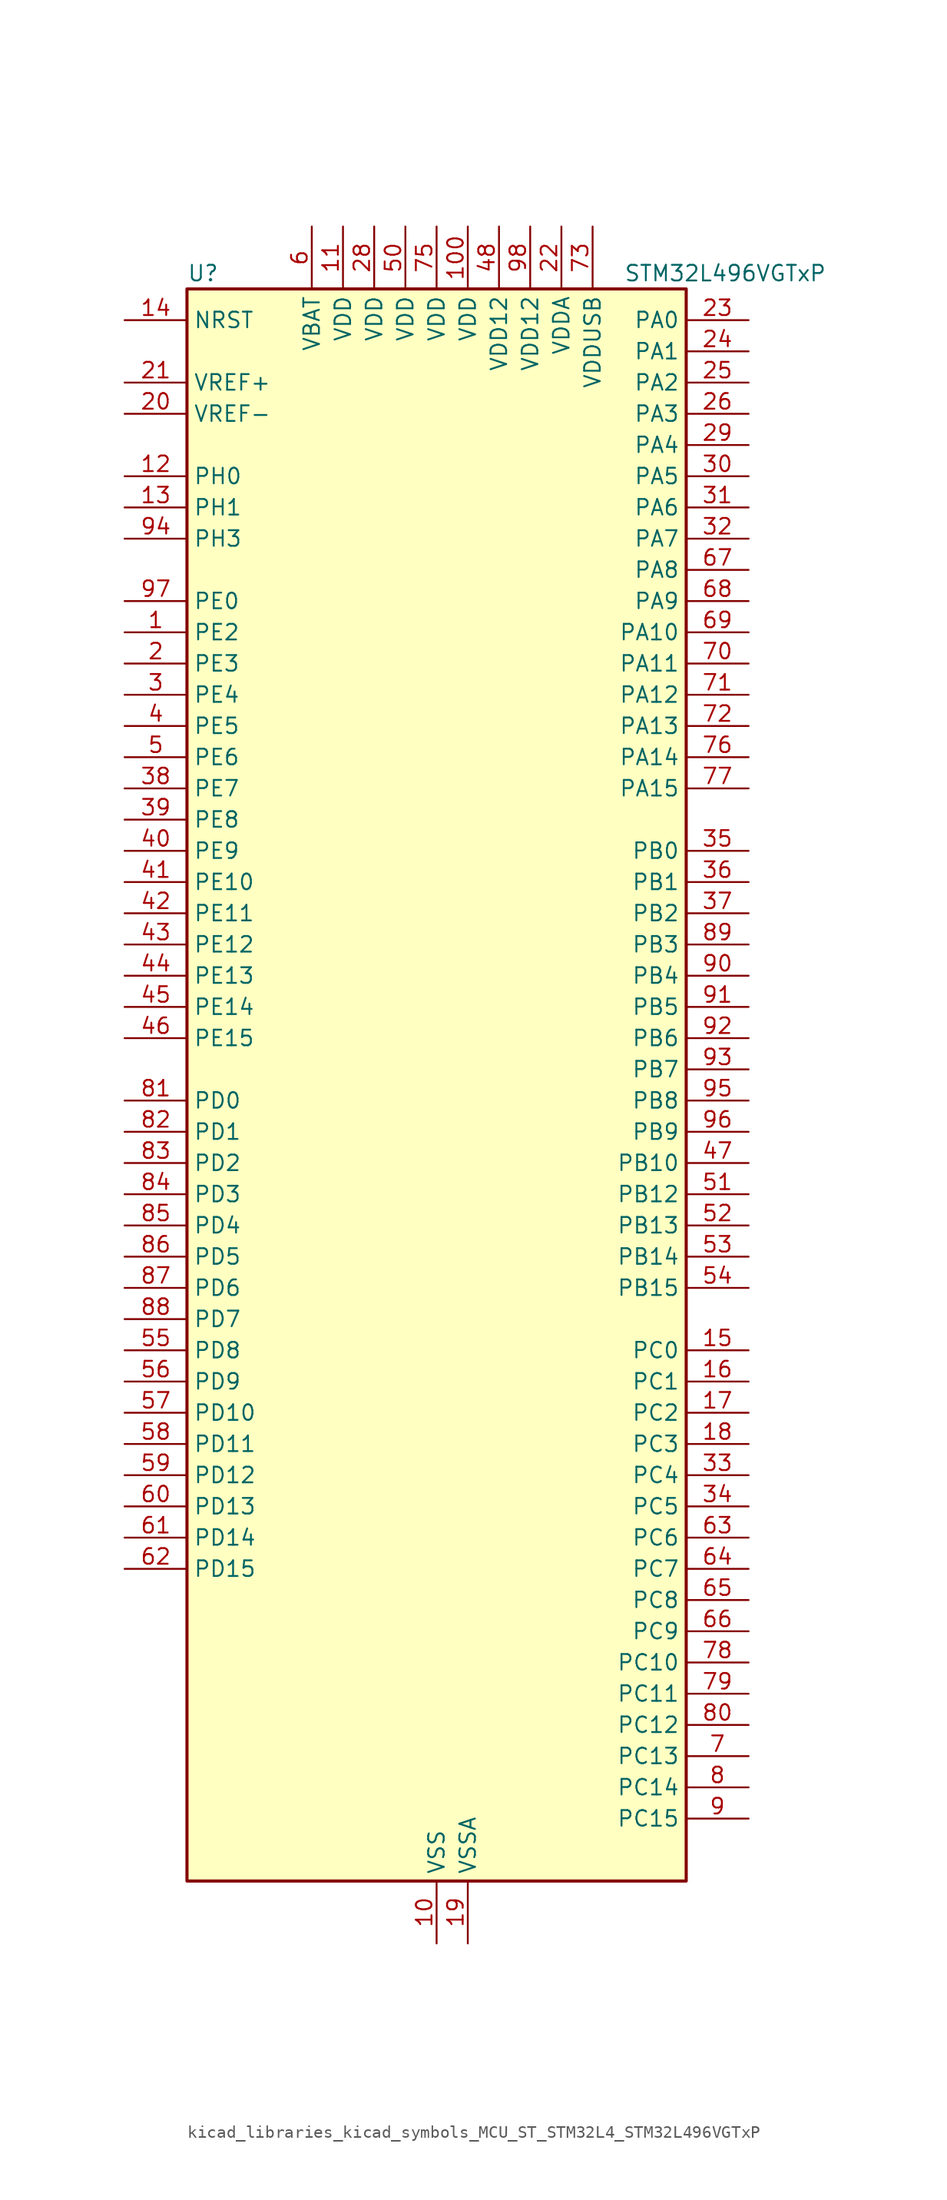
<source format=kicad_sym>
(kicad_symbol_lib
  (version 20220914)
  (generator kicad_symbol_editor)
  (symbol "kicad_libraries_kicad_symbols_MCU_ST_STM32L4_STM32L496VGTxP"
    (property "Reference" "U"
      (at -20.32 67.31 0)
      (effects (font (size 1.27 1.27)) (justify left)))
    (property "Value" "STM32L496VGTxP"
      (at 15.24 67.31 0)
      (effects (font (size 1.27 1.27)) (justify left)))
    (property "ki_locked" ""
      (at 0 0 0)
      (effects (font (size 1.27 1.27))))
    (symbol "kicad_libraries_kicad_symbols_MCU_ST_STM32L4_STM32L496VGTxP_0_1"
      (rectangle (start -20.32 -63.5) (end 20.32 66.04) (stroke (width 0.254) (type default)) (fill (type background))))
    (symbol "kicad_libraries_kicad_symbols_MCU_ST_STM32L4_STM32L496VGTxP_1_1"
      (pin bidirectional line (at -25.4 38.1 0) (length 5.08) (name "PE2" (effects (font (size 1.27 1.27)))) (number "1" (effects (font (size 1.27 1.27)))) (alternate "FMC_A23" bidirectional line) (alternate "LCD_SEG38" bidirectional line) (alternate "SAI1_MCLK_A" bidirectional line) (alternate "SYS_TRACECLK" bidirectional line) (alternate "TIM3_ETR" bidirectional line) (alternate "TSC_G7_IO1" bidirectional line))
      (pin power_in line (at 0 -68.58 90) (length 5.08) (name "VSS" (effects (font (size 1.27 1.27)))) (number "10" (effects (font (size 1.27 1.27)))))
      (pin power_in line (at 2.54 71.12 270) (length 5.08) (name "VDD" (effects (font (size 1.27 1.27)))) (number "100" (effects (font (size 1.27 1.27)))))
      (pin power_in line (at -7.62 71.12 270) (length 5.08) (name "VDD" (effects (font (size 1.27 1.27)))) (number "11" (effects (font (size 1.27 1.27)))))
      (pin bidirectional line (at -25.4 50.8 0) (length 5.08) (name "PH0" (effects (font (size 1.27 1.27)))) (number "12" (effects (font (size 1.27 1.27)))) (alternate "RCC_OSC_IN" bidirectional line))
      (pin bidirectional line (at -25.4 48.26 0) (length 5.08) (name "PH1" (effects (font (size 1.27 1.27)))) (number "13" (effects (font (size 1.27 1.27)))) (alternate "RCC_OSC_OUT" bidirectional line))
      (pin input line (at -25.4 63.5 0) (length 5.08) (name "NRST" (effects (font (size 1.27 1.27)))) (number "14" (effects (font (size 1.27 1.27)))))
      (pin bidirectional line (at 25.4 -20.32 180) (length 5.08) (name "PC0" (effects (font (size 1.27 1.27)))) (number "15" (effects (font (size 1.27 1.27)))) (alternate "ADC1_IN1" bidirectional line) (alternate "ADC2_IN1" bidirectional line) (alternate "ADC3_IN1" bidirectional line) (alternate "DFSDM1_DATIN4" bidirectional line) (alternate "I2C3_SCL" bidirectional line) (alternate "I2C4_SCL" bidirectional line) (alternate "LCD_SEG18" bidirectional line) (alternate "LPTIM1_IN1" bidirectional line) (alternate "LPTIM2_IN1" bidirectional line) (alternate "LPUART1_RX" bidirectional line))
      (pin bidirectional line (at 25.4 -22.86 180) (length 5.08) (name "PC1" (effects (font (size 1.27 1.27)))) (number "16" (effects (font (size 1.27 1.27)))) (alternate "ADC1_IN2" bidirectional line) (alternate "ADC2_IN2" bidirectional line) (alternate "ADC3_IN2" bidirectional line) (alternate "DFSDM1_CKIN4" bidirectional line) (alternate "I2C3_SDA" bidirectional line) (alternate "I2C4_SDA" bidirectional line) (alternate "LCD_SEG19" bidirectional line) (alternate "LPTIM1_OUT" bidirectional line) (alternate "LPUART1_TX" bidirectional line) (alternate "QUADSPI_BK2_IO0" bidirectional line) (alternate "SAI1_SD_A" bidirectional line) (alternate "SPI2_MOSI" bidirectional line) (alternate "SYS_TRACED0" bidirectional line))
      (pin bidirectional line (at 25.4 -25.4 180) (length 5.08) (name "PC2" (effects (font (size 1.27 1.27)))) (number "17" (effects (font (size 1.27 1.27)))) (alternate "ADC1_IN3" bidirectional line) (alternate "ADC2_IN3" bidirectional line) (alternate "ADC3_IN3" bidirectional line) (alternate "DFSDM1_CKOUT" bidirectional line) (alternate "LCD_SEG20" bidirectional line) (alternate "LPTIM1_IN2" bidirectional line) (alternate "QUADSPI_BK2_IO1" bidirectional line) (alternate "SPI2_MISO" bidirectional line))
      (pin bidirectional line (at 25.4 -27.94 180) (length 5.08) (name "PC3" (effects (font (size 1.27 1.27)))) (number "18" (effects (font (size 1.27 1.27)))) (alternate "ADC1_IN4" bidirectional line) (alternate "ADC2_IN4" bidirectional line) (alternate "ADC3_IN4" bidirectional line) (alternate "LCD_VLCD" bidirectional line) (alternate "LPTIM1_ETR" bidirectional line) (alternate "LPTIM2_ETR" bidirectional line) (alternate "QUADSPI_BK2_IO2" bidirectional line) (alternate "SAI1_SD_A" bidirectional line) (alternate "SPI2_MOSI" bidirectional line))
      (pin power_in line (at 2.54 -68.58 90) (length 5.08) (name "VSSA" (effects (font (size 1.27 1.27)))) (number "19" (effects (font (size 1.27 1.27)))))
      (pin bidirectional line (at -25.4 35.56 0) (length 5.08) (name "PE3" (effects (font (size 1.27 1.27)))) (number "2" (effects (font (size 1.27 1.27)))) (alternate "FMC_A19" bidirectional line) (alternate "LCD_SEG39" bidirectional line) (alternate "SAI1_SD_B" bidirectional line) (alternate "SYS_TRACED0" bidirectional line) (alternate "TIM3_CH1" bidirectional line) (alternate "TSC_G7_IO2" bidirectional line))
      (pin input line (at -25.4 55.88 0) (length 5.08) (name "VREF-" (effects (font (size 1.27 1.27)))) (number "20" (effects (font (size 1.27 1.27)))))
      (pin input line (at -25.4 58.42 0) (length 5.08) (name "VREF+" (effects (font (size 1.27 1.27)))) (number "21" (effects (font (size 1.27 1.27)))) (alternate "VREFBUF_OUT" bidirectional line))
      (pin power_in line (at 10.16 71.12 270) (length 5.08) (name "VDDA" (effects (font (size 1.27 1.27)))) (number "22" (effects (font (size 1.27 1.27)))))
      (pin bidirectional line (at 25.4 63.5 180) (length 5.08) (name "PA0" (effects (font (size 1.27 1.27)))) (number "23" (effects (font (size 1.27 1.27)))) (alternate "ADC1_IN5" bidirectional line) (alternate "ADC2_IN5" bidirectional line) (alternate "OPAMP1_VINP" bidirectional line) (alternate "RTC_TAMP2" bidirectional line) (alternate "SAI1_EXTCLK" bidirectional line) (alternate "SYS_WKUP1" bidirectional line) (alternate "TIM2_CH1" bidirectional line) (alternate "TIM2_ETR" bidirectional line) (alternate "TIM5_CH1" bidirectional line) (alternate "TIM8_ETR" bidirectional line) (alternate "UART4_TX" bidirectional line) (alternate "USART2_CTS" bidirectional line))
      (pin bidirectional line (at 25.4 60.96 180) (length 5.08) (name "PA1" (effects (font (size 1.27 1.27)))) (number "24" (effects (font (size 1.27 1.27)))) (alternate "ADC1_IN6" bidirectional line) (alternate "ADC2_IN6" bidirectional line) (alternate "I2C1_SMBA" bidirectional line) (alternate "LCD_SEG0" bidirectional line) (alternate "OPAMP1_VINM" bidirectional line) (alternate "SPI1_SCK" bidirectional line) (alternate "TIM15_CH1N" bidirectional line) (alternate "TIM2_CH2" bidirectional line) (alternate "TIM5_CH2" bidirectional line) (alternate "UART4_RX" bidirectional line) (alternate "USART2_DE" bidirectional line) (alternate "USART2_RTS" bidirectional line))
      (pin bidirectional line (at 25.4 58.42 180) (length 5.08) (name "PA2" (effects (font (size 1.27 1.27)))) (number "25" (effects (font (size 1.27 1.27)))) (alternate "ADC1_IN7" bidirectional line) (alternate "ADC2_IN7" bidirectional line) (alternate "LCD_SEG1" bidirectional line) (alternate "LPUART1_TX" bidirectional line) (alternate "QUADSPI_BK1_NCS" bidirectional line) (alternate "RCC_LSCO" bidirectional line) (alternate "SAI2_EXTCLK" bidirectional line) (alternate "SYS_WKUP4" bidirectional line) (alternate "TIM15_CH1" bidirectional line) (alternate "TIM2_CH3" bidirectional line) (alternate "TIM5_CH3" bidirectional line) (alternate "USART2_TX" bidirectional line))
      (pin bidirectional line (at 25.4 55.88 180) (length 5.08) (name "PA3" (effects (font (size 1.27 1.27)))) (number "26" (effects (font (size 1.27 1.27)))) (alternate "ADC1_IN8" bidirectional line) (alternate "ADC2_IN8" bidirectional line) (alternate "LCD_SEG2" bidirectional line) (alternate "LPUART1_RX" bidirectional line) (alternate "OPAMP1_VOUT" bidirectional line) (alternate "QUADSPI_CLK" bidirectional line) (alternate "SAI1_MCLK_A" bidirectional line) (alternate "TIM15_CH2" bidirectional line) (alternate "TIM2_CH4" bidirectional line) (alternate "TIM5_CH4" bidirectional line) (alternate "USART2_RX" bidirectional line))
      (pin passive line (at 0 -68.58 90) (length 5.08) hide (name "VSS" (effects (font (size 1.27 1.27)))) (number "27" (effects (font (size 1.27 1.27)))))
      (pin power_in line (at -5.08 71.12 270) (length 5.08) (name "VDD" (effects (font (size 1.27 1.27)))) (number "28" (effects (font (size 1.27 1.27)))))
      (pin bidirectional line (at 25.4 53.34 180) (length 5.08) (name "PA4" (effects (font (size 1.27 1.27)))) (number "29" (effects (font (size 1.27 1.27)))) (alternate "ADC1_IN9" bidirectional line) (alternate "ADC2_IN9" bidirectional line) (alternate "DAC1_OUT1" bidirectional line) (alternate "DCMI_HSYNC" bidirectional line) (alternate "LPTIM2_OUT" bidirectional line) (alternate "SAI1_FS_B" bidirectional line) (alternate "SPI1_NSS" bidirectional line) (alternate "SPI3_NSS" bidirectional line) (alternate "USART2_CK" bidirectional line))
      (pin bidirectional line (at -25.4 33.02 0) (length 5.08) (name "PE4" (effects (font (size 1.27 1.27)))) (number "3" (effects (font (size 1.27 1.27)))) (alternate "DCMI_D4" bidirectional line) (alternate "DFSDM1_DATIN3" bidirectional line) (alternate "FMC_A20" bidirectional line) (alternate "SAI1_FS_A" bidirectional line) (alternate "SYS_TRACED1" bidirectional line) (alternate "TIM3_CH2" bidirectional line) (alternate "TSC_G7_IO3" bidirectional line))
      (pin bidirectional line (at 25.4 50.8 180) (length 5.08) (name "PA5" (effects (font (size 1.27 1.27)))) (number "30" (effects (font (size 1.27 1.27)))) (alternate "ADC1_IN10" bidirectional line) (alternate "ADC2_IN10" bidirectional line) (alternate "DAC1_OUT2" bidirectional line) (alternate "LPTIM2_ETR" bidirectional line) (alternate "SPI1_SCK" bidirectional line) (alternate "TIM2_CH1" bidirectional line) (alternate "TIM2_ETR" bidirectional line) (alternate "TIM8_CH1N" bidirectional line))
      (pin bidirectional line (at 25.4 48.26 180) (length 5.08) (name "PA6" (effects (font (size 1.27 1.27)))) (number "31" (effects (font (size 1.27 1.27)))) (alternate "ADC1_IN11" bidirectional line) (alternate "ADC2_IN11" bidirectional line) (alternate "DCMI_PIXCLK" bidirectional line) (alternate "LCD_SEG3" bidirectional line) (alternate "LPUART1_CTS" bidirectional line) (alternate "OPAMP2_VINP" bidirectional line) (alternate "QUADSPI_BK1_IO3" bidirectional line) (alternate "SPI1_MISO" bidirectional line) (alternate "TIM16_CH1" bidirectional line) (alternate "TIM1_BKIN" bidirectional line) (alternate "TIM1_BKIN_COMP2" bidirectional line) (alternate "TIM3_CH1" bidirectional line) (alternate "TIM8_BKIN" bidirectional line) (alternate "TIM8_BKIN_COMP2" bidirectional line) (alternate "USART3_CTS" bidirectional line))
      (pin bidirectional line (at 25.4 45.72 180) (length 5.08) (name "PA7" (effects (font (size 1.27 1.27)))) (number "32" (effects (font (size 1.27 1.27)))) (alternate "ADC1_IN12" bidirectional line) (alternate "ADC2_IN12" bidirectional line) (alternate "I2C3_SCL" bidirectional line) (alternate "LCD_SEG4" bidirectional line) (alternate "OPAMP2_VINM" bidirectional line) (alternate "QUADSPI_BK1_IO2" bidirectional line) (alternate "SPI1_MOSI" bidirectional line) (alternate "TIM17_CH1" bidirectional line) (alternate "TIM1_CH1N" bidirectional line) (alternate "TIM3_CH2" bidirectional line) (alternate "TIM8_CH1N" bidirectional line))
      (pin bidirectional line (at 25.4 -30.48 180) (length 5.08) (name "PC4" (effects (font (size 1.27 1.27)))) (number "33" (effects (font (size 1.27 1.27)))) (alternate "ADC1_IN13" bidirectional line) (alternate "ADC2_IN13" bidirectional line) (alternate "COMP1_INM" bidirectional line) (alternate "LCD_SEG22" bidirectional line) (alternate "QUADSPI_BK2_IO3" bidirectional line) (alternate "USART3_TX" bidirectional line))
      (pin bidirectional line (at 25.4 -33.02 180) (length 5.08) (name "PC5" (effects (font (size 1.27 1.27)))) (number "34" (effects (font (size 1.27 1.27)))) (alternate "ADC1_IN14" bidirectional line) (alternate "ADC2_IN14" bidirectional line) (alternate "COMP1_INP" bidirectional line) (alternate "LCD_SEG23" bidirectional line) (alternate "SYS_WKUP5" bidirectional line) (alternate "USART3_RX" bidirectional line))
      (pin bidirectional line (at 25.4 20.32 180) (length 5.08) (name "PB0" (effects (font (size 1.27 1.27)))) (number "35" (effects (font (size 1.27 1.27)))) (alternate "ADC1_IN15" bidirectional line) (alternate "ADC2_IN15" bidirectional line) (alternate "COMP1_OUT" bidirectional line) (alternate "LCD_SEG5" bidirectional line) (alternate "OPAMP2_VOUT" bidirectional line) (alternate "QUADSPI_BK1_IO1" bidirectional line) (alternate "SAI1_EXTCLK" bidirectional line) (alternate "SPI1_NSS" bidirectional line) (alternate "TIM1_CH2N" bidirectional line) (alternate "TIM3_CH3" bidirectional line) (alternate "TIM8_CH2N" bidirectional line) (alternate "USART3_CK" bidirectional line))
      (pin bidirectional line (at 25.4 17.78 180) (length 5.08) (name "PB1" (effects (font (size 1.27 1.27)))) (number "36" (effects (font (size 1.27 1.27)))) (alternate "ADC1_IN16" bidirectional line) (alternate "ADC2_IN16" bidirectional line) (alternate "COMP1_INM" bidirectional line) (alternate "DFSDM1_DATIN0" bidirectional line) (alternate "LCD_SEG6" bidirectional line) (alternate "LPTIM2_IN1" bidirectional line) (alternate "LPUART1_DE" bidirectional line) (alternate "LPUART1_RTS" bidirectional line) (alternate "QUADSPI_BK1_IO0" bidirectional line) (alternate "TIM1_CH3N" bidirectional line) (alternate "TIM3_CH4" bidirectional line) (alternate "TIM8_CH3N" bidirectional line) (alternate "USART3_DE" bidirectional line) (alternate "USART3_RTS" bidirectional line))
      (pin bidirectional line (at 25.4 15.24 180) (length 5.08) (name "PB2" (effects (font (size 1.27 1.27)))) (number "37" (effects (font (size 1.27 1.27)))) (alternate "COMP1_INP" bidirectional line) (alternate "DFSDM1_CKIN0" bidirectional line) (alternate "I2C3_SMBA" bidirectional line) (alternate "LCD_VLCD" bidirectional line) (alternate "LPTIM1_OUT" bidirectional line) (alternate "RTC_OUT_ALARM" bidirectional line) (alternate "RTC_OUT_CALIB" bidirectional line))
      (pin bidirectional line (at -25.4 25.4 0) (length 5.08) (name "PE7" (effects (font (size 1.27 1.27)))) (number "38" (effects (font (size 1.27 1.27)))) (alternate "DFSDM1_DATIN2" bidirectional line) (alternate "FMC_D4" bidirectional line) (alternate "FMC_DA4" bidirectional line) (alternate "SAI1_SD_B" bidirectional line) (alternate "TIM1_ETR" bidirectional line))
      (pin bidirectional line (at -25.4 22.86 0) (length 5.08) (name "PE8" (effects (font (size 1.27 1.27)))) (number "39" (effects (font (size 1.27 1.27)))) (alternate "DFSDM1_CKIN2" bidirectional line) (alternate "FMC_D5" bidirectional line) (alternate "FMC_DA5" bidirectional line) (alternate "SAI1_SCK_B" bidirectional line) (alternate "TIM1_CH1N" bidirectional line))
      (pin bidirectional line (at -25.4 30.48 0) (length 5.08) (name "PE5" (effects (font (size 1.27 1.27)))) (number "4" (effects (font (size 1.27 1.27)))) (alternate "DCMI_D6" bidirectional line) (alternate "DFSDM1_CKIN3" bidirectional line) (alternate "FMC_A21" bidirectional line) (alternate "SAI1_SCK_A" bidirectional line) (alternate "SYS_TRACED2" bidirectional line) (alternate "TIM3_CH3" bidirectional line) (alternate "TSC_G7_IO4" bidirectional line))
      (pin bidirectional line (at -25.4 20.32 0) (length 5.08) (name "PE9" (effects (font (size 1.27 1.27)))) (number "40" (effects (font (size 1.27 1.27)))) (alternate "DAC1_EXTI9" bidirectional line) (alternate "DFSDM1_CKOUT" bidirectional line) (alternate "FMC_D6" bidirectional line) (alternate "FMC_DA6" bidirectional line) (alternate "SAI1_FS_B" bidirectional line) (alternate "TIM1_CH1" bidirectional line))
      (pin bidirectional line (at -25.4 17.78 0) (length 5.08) (name "PE10" (effects (font (size 1.27 1.27)))) (number "41" (effects (font (size 1.27 1.27)))) (alternate "DFSDM1_DATIN4" bidirectional line) (alternate "FMC_D7" bidirectional line) (alternate "FMC_DA7" bidirectional line) (alternate "QUADSPI_CLK" bidirectional line) (alternate "SAI1_MCLK_B" bidirectional line) (alternate "TIM1_CH2N" bidirectional line) (alternate "TSC_G5_IO1" bidirectional line))
      (pin bidirectional line (at -25.4 15.24 0) (length 5.08) (name "PE11" (effects (font (size 1.27 1.27)))) (number "42" (effects (font (size 1.27 1.27)))) (alternate "ADC1_EXTI11" bidirectional line) (alternate "ADC2_EXTI11" bidirectional line) (alternate "ADC3_EXTI11" bidirectional line) (alternate "DFSDM1_CKIN4" bidirectional line) (alternate "FMC_D8" bidirectional line) (alternate "FMC_DA8" bidirectional line) (alternate "QUADSPI_BK1_NCS" bidirectional line) (alternate "TIM1_CH2" bidirectional line) (alternate "TSC_G5_IO2" bidirectional line))
      (pin bidirectional line (at -25.4 12.7 0) (length 5.08) (name "PE12" (effects (font (size 1.27 1.27)))) (number "43" (effects (font (size 1.27 1.27)))) (alternate "DFSDM1_DATIN5" bidirectional line) (alternate "FMC_D9" bidirectional line) (alternate "FMC_DA9" bidirectional line) (alternate "QUADSPI_BK1_IO0" bidirectional line) (alternate "SPI1_NSS" bidirectional line) (alternate "TIM1_CH3N" bidirectional line) (alternate "TSC_G5_IO3" bidirectional line))
      (pin bidirectional line (at -25.4 10.16 0) (length 5.08) (name "PE13" (effects (font (size 1.27 1.27)))) (number "44" (effects (font (size 1.27 1.27)))) (alternate "DFSDM1_CKIN5" bidirectional line) (alternate "FMC_D10" bidirectional line) (alternate "FMC_DA10" bidirectional line) (alternate "QUADSPI_BK1_IO1" bidirectional line) (alternate "SPI1_SCK" bidirectional line) (alternate "TIM1_CH3" bidirectional line) (alternate "TSC_G5_IO4" bidirectional line))
      (pin bidirectional line (at -25.4 7.62 0) (length 5.08) (name "PE14" (effects (font (size 1.27 1.27)))) (number "45" (effects (font (size 1.27 1.27)))) (alternate "FMC_D11" bidirectional line) (alternate "FMC_DA11" bidirectional line) (alternate "QUADSPI_BK1_IO2" bidirectional line) (alternate "SPI1_MISO" bidirectional line) (alternate "TIM1_BKIN2" bidirectional line) (alternate "TIM1_BKIN2_COMP2" bidirectional line) (alternate "TIM1_CH4" bidirectional line))
      (pin bidirectional line (at -25.4 5.08 0) (length 5.08) (name "PE15" (effects (font (size 1.27 1.27)))) (number "46" (effects (font (size 1.27 1.27)))) (alternate "ADC1_EXTI15" bidirectional line) (alternate "ADC2_EXTI15" bidirectional line) (alternate "ADC3_EXTI15" bidirectional line) (alternate "FMC_D12" bidirectional line) (alternate "FMC_DA12" bidirectional line) (alternate "QUADSPI_BK1_IO3" bidirectional line) (alternate "SPI1_MOSI" bidirectional line) (alternate "TIM1_BKIN" bidirectional line) (alternate "TIM1_BKIN_COMP1" bidirectional line))
      (pin bidirectional line (at 25.4 -5.08 180) (length 5.08) (name "PB10" (effects (font (size 1.27 1.27)))) (number "47" (effects (font (size 1.27 1.27)))) (alternate "COMP1_OUT" bidirectional line) (alternate "DFSDM1_DATIN7" bidirectional line) (alternate "I2C2_SCL" bidirectional line) (alternate "I2C4_SCL" bidirectional line) (alternate "LCD_SEG10" bidirectional line) (alternate "LPUART1_RX" bidirectional line) (alternate "QUADSPI_CLK" bidirectional line) (alternate "SAI1_SCK_A" bidirectional line) (alternate "SPI2_SCK" bidirectional line) (alternate "TIM2_CH3" bidirectional line) (alternate "TSC_SYNC" bidirectional line) (alternate "USART3_TX" bidirectional line))
      (pin power_in line (at 5.08 71.12 270) (length 5.08) (name "VDD12" (effects (font (size 1.27 1.27)))) (number "48" (effects (font (size 1.27 1.27)))))
      (pin passive line (at 0 -68.58 90) (length 5.08) hide (name "VSS" (effects (font (size 1.27 1.27)))) (number "49" (effects (font (size 1.27 1.27)))))
      (pin bidirectional line (at -25.4 27.94 0) (length 5.08) (name "PE6" (effects (font (size 1.27 1.27)))) (number "5" (effects (font (size 1.27 1.27)))) (alternate "DCMI_D7" bidirectional line) (alternate "FMC_A22" bidirectional line) (alternate "RTC_TAMP3" bidirectional line) (alternate "SAI1_SD_A" bidirectional line) (alternate "SYS_TRACED3" bidirectional line) (alternate "SYS_WKUP3" bidirectional line) (alternate "TIM3_CH4" bidirectional line))
      (pin power_in line (at -2.54 71.12 270) (length 5.08) (name "VDD" (effects (font (size 1.27 1.27)))) (number "50" (effects (font (size 1.27 1.27)))))
      (pin bidirectional line (at 25.4 -7.62 180) (length 5.08) (name "PB12" (effects (font (size 1.27 1.27)))) (number "51" (effects (font (size 1.27 1.27)))) (alternate "CAN2_RX" bidirectional line) (alternate "DFSDM1_DATIN1" bidirectional line) (alternate "I2C2_SMBA" bidirectional line) (alternate "LCD_SEG12" bidirectional line) (alternate "LPUART1_DE" bidirectional line) (alternate "LPUART1_RTS" bidirectional line) (alternate "SAI2_FS_A" bidirectional line) (alternate "SPI2_NSS" bidirectional line) (alternate "SWPMI1_IO" bidirectional line) (alternate "TIM15_BKIN" bidirectional line) (alternate "TIM1_BKIN" bidirectional line) (alternate "TIM1_BKIN_COMP2" bidirectional line) (alternate "TSC_G1_IO1" bidirectional line) (alternate "USART3_CK" bidirectional line))
      (pin bidirectional line (at 25.4 -10.16 180) (length 5.08) (name "PB13" (effects (font (size 1.27 1.27)))) (number "52" (effects (font (size 1.27 1.27)))) (alternate "CAN2_TX" bidirectional line) (alternate "DFSDM1_CKIN1" bidirectional line) (alternate "I2C2_SCL" bidirectional line) (alternate "LCD_SEG13" bidirectional line) (alternate "LPUART1_CTS" bidirectional line) (alternate "SAI2_SCK_A" bidirectional line) (alternate "SPI2_SCK" bidirectional line) (alternate "SWPMI1_TX" bidirectional line) (alternate "TIM15_CH1N" bidirectional line) (alternate "TIM1_CH1N" bidirectional line) (alternate "TSC_G1_IO2" bidirectional line) (alternate "USART3_CTS" bidirectional line))
      (pin bidirectional line (at 25.4 -12.7 180) (length 5.08) (name "PB14" (effects (font (size 1.27 1.27)))) (number "53" (effects (font (size 1.27 1.27)))) (alternate "DFSDM1_DATIN2" bidirectional line) (alternate "I2C2_SDA" bidirectional line) (alternate "LCD_SEG14" bidirectional line) (alternate "SAI2_MCLK_A" bidirectional line) (alternate "SPI2_MISO" bidirectional line) (alternate "SWPMI1_RX" bidirectional line) (alternate "TIM15_CH1" bidirectional line) (alternate "TIM1_CH2N" bidirectional line) (alternate "TIM8_CH2N" bidirectional line) (alternate "TSC_G1_IO3" bidirectional line) (alternate "USART3_DE" bidirectional line) (alternate "USART3_RTS" bidirectional line))
      (pin bidirectional line (at 25.4 -15.24 180) (length 5.08) (name "PB15" (effects (font (size 1.27 1.27)))) (number "54" (effects (font (size 1.27 1.27)))) (alternate "ADC1_EXTI15" bidirectional line) (alternate "ADC2_EXTI15" bidirectional line) (alternate "ADC3_EXTI15" bidirectional line) (alternate "DFSDM1_CKIN2" bidirectional line) (alternate "LCD_SEG15" bidirectional line) (alternate "RTC_REFIN" bidirectional line) (alternate "SAI2_SD_A" bidirectional line) (alternate "SPI2_MOSI" bidirectional line) (alternate "SWPMI1_SUSPEND" bidirectional line) (alternate "TIM15_CH2" bidirectional line) (alternate "TIM1_CH3N" bidirectional line) (alternate "TIM8_CH3N" bidirectional line) (alternate "TSC_G1_IO4" bidirectional line))
      (pin bidirectional line (at -25.4 -20.32 0) (length 5.08) (name "PD8" (effects (font (size 1.27 1.27)))) (number "55" (effects (font (size 1.27 1.27)))) (alternate "DCMI_HSYNC" bidirectional line) (alternate "FMC_D13" bidirectional line) (alternate "FMC_DA13" bidirectional line) (alternate "LCD_SEG28" bidirectional line) (alternate "USART3_TX" bidirectional line))
      (pin bidirectional line (at -25.4 -22.86 0) (length 5.08) (name "PD9" (effects (font (size 1.27 1.27)))) (number "56" (effects (font (size 1.27 1.27)))) (alternate "DAC1_EXTI9" bidirectional line) (alternate "DCMI_PIXCLK" bidirectional line) (alternate "FMC_D14" bidirectional line) (alternate "FMC_DA14" bidirectional line) (alternate "LCD_SEG29" bidirectional line) (alternate "SAI2_MCLK_A" bidirectional line) (alternate "USART3_RX" bidirectional line))
      (pin bidirectional line (at -25.4 -25.4 0) (length 5.08) (name "PD10" (effects (font (size 1.27 1.27)))) (number "57" (effects (font (size 1.27 1.27)))) (alternate "FMC_D15" bidirectional line) (alternate "FMC_DA15" bidirectional line) (alternate "LCD_SEG30" bidirectional line) (alternate "SAI2_SCK_A" bidirectional line) (alternate "TSC_G6_IO1" bidirectional line) (alternate "USART3_CK" bidirectional line))
      (pin bidirectional line (at -25.4 -27.94 0) (length 5.08) (name "PD11" (effects (font (size 1.27 1.27)))) (number "58" (effects (font (size 1.27 1.27)))) (alternate "ADC1_EXTI11" bidirectional line) (alternate "ADC2_EXTI11" bidirectional line) (alternate "ADC3_EXTI11" bidirectional line) (alternate "FMC_A16" bidirectional line) (alternate "FMC_CLE" bidirectional line) (alternate "I2C4_SMBA" bidirectional line) (alternate "LCD_SEG31" bidirectional line) (alternate "LPTIM2_ETR" bidirectional line) (alternate "SAI2_SD_A" bidirectional line) (alternate "TSC_G6_IO2" bidirectional line) (alternate "USART3_CTS" bidirectional line))
      (pin bidirectional line (at -25.4 -30.48 0) (length 5.08) (name "PD12" (effects (font (size 1.27 1.27)))) (number "59" (effects (font (size 1.27 1.27)))) (alternate "FMC_A17" bidirectional line) (alternate "FMC_ALE" bidirectional line) (alternate "I2C4_SCL" bidirectional line) (alternate "LCD_SEG32" bidirectional line) (alternate "LPTIM2_IN1" bidirectional line) (alternate "SAI2_FS_A" bidirectional line) (alternate "TIM4_CH1" bidirectional line) (alternate "TSC_G6_IO3" bidirectional line) (alternate "USART3_DE" bidirectional line) (alternate "USART3_RTS" bidirectional line))
      (pin power_in line (at -10.16 71.12 270) (length 5.08) (name "VBAT" (effects (font (size 1.27 1.27)))) (number "6" (effects (font (size 1.27 1.27)))))
      (pin bidirectional line (at -25.4 -33.02 0) (length 5.08) (name "PD13" (effects (font (size 1.27 1.27)))) (number "60" (effects (font (size 1.27 1.27)))) (alternate "FMC_A18" bidirectional line) (alternate "I2C4_SDA" bidirectional line) (alternate "LCD_SEG33" bidirectional line) (alternate "LPTIM2_OUT" bidirectional line) (alternate "TIM4_CH2" bidirectional line) (alternate "TSC_G6_IO4" bidirectional line))
      (pin bidirectional line (at -25.4 -35.56 0) (length 5.08) (name "PD14" (effects (font (size 1.27 1.27)))) (number "61" (effects (font (size 1.27 1.27)))) (alternate "FMC_D0" bidirectional line) (alternate "FMC_DA0" bidirectional line) (alternate "LCD_SEG34" bidirectional line) (alternate "TIM4_CH3" bidirectional line))
      (pin bidirectional line (at -25.4 -38.1 0) (length 5.08) (name "PD15" (effects (font (size 1.27 1.27)))) (number "62" (effects (font (size 1.27 1.27)))) (alternate "ADC1_EXTI15" bidirectional line) (alternate "ADC2_EXTI15" bidirectional line) (alternate "ADC3_EXTI15" bidirectional line) (alternate "FMC_D1" bidirectional line) (alternate "FMC_DA1" bidirectional line) (alternate "LCD_SEG35" bidirectional line) (alternate "TIM4_CH4" bidirectional line))
      (pin bidirectional line (at 25.4 -35.56 180) (length 5.08) (name "PC6" (effects (font (size 1.27 1.27)))) (number "63" (effects (font (size 1.27 1.27)))) (alternate "DCMI_D0" bidirectional line) (alternate "DFSDM1_CKIN3" bidirectional line) (alternate "LCD_SEG24" bidirectional line) (alternate "SAI2_MCLK_A" bidirectional line) (alternate "SDMMC1_D6" bidirectional line) (alternate "TIM3_CH1" bidirectional line) (alternate "TIM8_CH1" bidirectional line) (alternate "TSC_G4_IO1" bidirectional line))
      (pin bidirectional line (at 25.4 -38.1 180) (length 5.08) (name "PC7" (effects (font (size 1.27 1.27)))) (number "64" (effects (font (size 1.27 1.27)))) (alternate "DCMI_D1" bidirectional line) (alternate "DFSDM1_DATIN3" bidirectional line) (alternate "LCD_SEG25" bidirectional line) (alternate "SAI2_MCLK_B" bidirectional line) (alternate "SDMMC1_D7" bidirectional line) (alternate "TIM3_CH2" bidirectional line) (alternate "TIM8_CH2" bidirectional line) (alternate "TSC_G4_IO2" bidirectional line))
      (pin bidirectional line (at 25.4 -40.64 180) (length 5.08) (name "PC8" (effects (font (size 1.27 1.27)))) (number "65" (effects (font (size 1.27 1.27)))) (alternate "DCMI_D2" bidirectional line) (alternate "LCD_SEG26" bidirectional line) (alternate "SDMMC1_D0" bidirectional line) (alternate "TIM3_CH3" bidirectional line) (alternate "TIM8_CH3" bidirectional line) (alternate "TSC_G4_IO3" bidirectional line))
      (pin bidirectional line (at 25.4 -43.18 180) (length 5.08) (name "PC9" (effects (font (size 1.27 1.27)))) (number "66" (effects (font (size 1.27 1.27)))) (alternate "DAC1_EXTI9" bidirectional line) (alternate "DCMI_D3" bidirectional line) (alternate "I2C3_SDA" bidirectional line) (alternate "LCD_SEG27" bidirectional line) (alternate "SAI2_EXTCLK" bidirectional line) (alternate "SDMMC1_D1" bidirectional line) (alternate "TIM3_CH4" bidirectional line) (alternate "TIM8_BKIN2" bidirectional line) (alternate "TIM8_BKIN2_COMP1" bidirectional line) (alternate "TIM8_CH4" bidirectional line) (alternate "TSC_G4_IO4" bidirectional line) (alternate "USB_OTG_FS_NOE" bidirectional line))
      (pin bidirectional line (at 25.4 43.18 180) (length 5.08) (name "PA8" (effects (font (size 1.27 1.27)))) (number "67" (effects (font (size 1.27 1.27)))) (alternate "LCD_COM0" bidirectional line) (alternate "LPTIM2_OUT" bidirectional line) (alternate "RCC_MCO" bidirectional line) (alternate "SAI1_SCK_A" bidirectional line) (alternate "SWPMI1_IO" bidirectional line) (alternate "TIM1_CH1" bidirectional line) (alternate "USART1_CK" bidirectional line) (alternate "USB_OTG_FS_SOF" bidirectional line))
      (pin bidirectional line (at 25.4 40.64 180) (length 5.08) (name "PA9" (effects (font (size 1.27 1.27)))) (number "68" (effects (font (size 1.27 1.27)))) (alternate "DAC1_EXTI9" bidirectional line) (alternate "DCMI_D0" bidirectional line) (alternate "LCD_COM1" bidirectional line) (alternate "SAI1_FS_A" bidirectional line) (alternate "SPI2_SCK" bidirectional line) (alternate "TIM15_BKIN" bidirectional line) (alternate "TIM1_CH2" bidirectional line) (alternate "USART1_TX" bidirectional line) (alternate "USB_OTG_FS_VBUS" bidirectional line))
      (pin bidirectional line (at 25.4 38.1 180) (length 5.08) (name "PA10" (effects (font (size 1.27 1.27)))) (number "69" (effects (font (size 1.27 1.27)))) (alternate "DCMI_D1" bidirectional line) (alternate "LCD_COM2" bidirectional line) (alternate "SAI1_SD_A" bidirectional line) (alternate "TIM17_BKIN" bidirectional line) (alternate "TIM1_CH3" bidirectional line) (alternate "USART1_RX" bidirectional line) (alternate "USB_OTG_FS_ID" bidirectional line))
      (pin bidirectional line (at 25.4 -53.34 180) (length 5.08) (name "PC13" (effects (font (size 1.27 1.27)))) (number "7" (effects (font (size 1.27 1.27)))) (alternate "RTC_OUT_ALARM" bidirectional line) (alternate "RTC_OUT_CALIB" bidirectional line) (alternate "RTC_TAMP1" bidirectional line) (alternate "RTC_TS" bidirectional line) (alternate "SYS_WKUP2" bidirectional line))
      (pin bidirectional line (at 25.4 35.56 180) (length 5.08) (name "PA11" (effects (font (size 1.27 1.27)))) (number "70" (effects (font (size 1.27 1.27)))) (alternate "ADC1_EXTI11" bidirectional line) (alternate "ADC2_EXTI11" bidirectional line) (alternate "ADC3_EXTI11" bidirectional line) (alternate "CAN1_RX" bidirectional line) (alternate "SPI1_MISO" bidirectional line) (alternate "TIM1_BKIN2" bidirectional line) (alternate "TIM1_BKIN2_COMP1" bidirectional line) (alternate "TIM1_CH4" bidirectional line) (alternate "USART1_CTS" bidirectional line) (alternate "USB_OTG_FS_DM" bidirectional line))
      (pin bidirectional line (at 25.4 33.02 180) (length 5.08) (name "PA12" (effects (font (size 1.27 1.27)))) (number "71" (effects (font (size 1.27 1.27)))) (alternate "CAN1_TX" bidirectional line) (alternate "SPI1_MOSI" bidirectional line) (alternate "TIM1_ETR" bidirectional line) (alternate "USART1_DE" bidirectional line) (alternate "USART1_RTS" bidirectional line) (alternate "USB_OTG_FS_DP" bidirectional line))
      (pin bidirectional line (at 25.4 30.48 180) (length 5.08) (name "PA13" (effects (font (size 1.27 1.27)))) (number "72" (effects (font (size 1.27 1.27)))) (alternate "IR_OUT" bidirectional line) (alternate "SAI1_SD_B" bidirectional line) (alternate "SWPMI1_TX" bidirectional line) (alternate "SYS_JTMS-SWDIO" bidirectional line) (alternate "USB_OTG_FS_NOE" bidirectional line))
      (pin power_in line (at 12.7 71.12 270) (length 5.08) (name "VDDUSB" (effects (font (size 1.27 1.27)))) (number "73" (effects (font (size 1.27 1.27)))))
      (pin passive line (at 0 -68.58 90) (length 5.08) hide (name "VSS" (effects (font (size 1.27 1.27)))) (number "74" (effects (font (size 1.27 1.27)))))
      (pin power_in line (at 0 71.12 270) (length 5.08) (name "VDD" (effects (font (size 1.27 1.27)))) (number "75" (effects (font (size 1.27 1.27)))))
      (pin bidirectional line (at 25.4 27.94 180) (length 5.08) (name "PA14" (effects (font (size 1.27 1.27)))) (number "76" (effects (font (size 1.27 1.27)))) (alternate "I2C1_SMBA" bidirectional line) (alternate "I2C4_SMBA" bidirectional line) (alternate "LPTIM1_OUT" bidirectional line) (alternate "SAI1_FS_B" bidirectional line) (alternate "SWPMI1_RX" bidirectional line) (alternate "SYS_JTCK-SWCLK" bidirectional line) (alternate "USB_OTG_FS_SOF" bidirectional line))
      (pin bidirectional line (at 25.4 25.4 180) (length 5.08) (name "PA15" (effects (font (size 1.27 1.27)))) (number "77" (effects (font (size 1.27 1.27)))) (alternate "ADC1_EXTI15" bidirectional line) (alternate "ADC2_EXTI15" bidirectional line) (alternate "ADC3_EXTI15" bidirectional line) (alternate "LCD_SEG17" bidirectional line) (alternate "SAI2_FS_B" bidirectional line) (alternate "SPI1_NSS" bidirectional line) (alternate "SPI3_NSS" bidirectional line) (alternate "SWPMI1_SUSPEND" bidirectional line) (alternate "SYS_JTDI" bidirectional line) (alternate "TIM2_CH1" bidirectional line) (alternate "TIM2_ETR" bidirectional line) (alternate "TSC_G3_IO1" bidirectional line) (alternate "UART4_DE" bidirectional line) (alternate "UART4_RTS" bidirectional line) (alternate "USART2_RX" bidirectional line) (alternate "USART3_DE" bidirectional line) (alternate "USART3_RTS" bidirectional line))
      (pin bidirectional line (at 25.4 -45.72 180) (length 5.08) (name "PC10" (effects (font (size 1.27 1.27)))) (number "78" (effects (font (size 1.27 1.27)))) (alternate "DCMI_D8" bidirectional line) (alternate "LCD_COM4" bidirectional line) (alternate "LCD_SEG28" bidirectional line) (alternate "LCD_SEG40" bidirectional line) (alternate "SAI2_SCK_B" bidirectional line) (alternate "SDMMC1_D2" bidirectional line) (alternate "SPI3_SCK" bidirectional line) (alternate "SYS_TRACED1" bidirectional line) (alternate "TSC_G3_IO2" bidirectional line) (alternate "UART4_TX" bidirectional line) (alternate "USART3_TX" bidirectional line))
      (pin bidirectional line (at 25.4 -48.26 180) (length 5.08) (name "PC11" (effects (font (size 1.27 1.27)))) (number "79" (effects (font (size 1.27 1.27)))) (alternate "ADC1_EXTI11" bidirectional line) (alternate "ADC2_EXTI11" bidirectional line) (alternate "ADC3_EXTI11" bidirectional line) (alternate "DCMI_D4" bidirectional line) (alternate "LCD_COM5" bidirectional line) (alternate "LCD_SEG29" bidirectional line) (alternate "LCD_SEG41" bidirectional line) (alternate "QUADSPI_BK2_NCS" bidirectional line) (alternate "SAI2_MCLK_B" bidirectional line) (alternate "SDMMC1_D3" bidirectional line) (alternate "SPI3_MISO" bidirectional line) (alternate "TSC_G3_IO3" bidirectional line) (alternate "UART4_RX" bidirectional line) (alternate "USART3_RX" bidirectional line))
      (pin bidirectional line (at 25.4 -55.88 180) (length 5.08) (name "PC14" (effects (font (size 1.27 1.27)))) (number "8" (effects (font (size 1.27 1.27)))) (alternate "RCC_OSC32_IN" bidirectional line))
      (pin bidirectional line (at 25.4 -50.8 180) (length 5.08) (name "PC12" (effects (font (size 1.27 1.27)))) (number "80" (effects (font (size 1.27 1.27)))) (alternate "DCMI_D9" bidirectional line) (alternate "LCD_COM6" bidirectional line) (alternate "LCD_SEG30" bidirectional line) (alternate "LCD_SEG42" bidirectional line) (alternate "SAI2_SD_B" bidirectional line) (alternate "SDMMC1_CK" bidirectional line) (alternate "SPI3_MOSI" bidirectional line) (alternate "SYS_TRACED3" bidirectional line) (alternate "TSC_G3_IO4" bidirectional line) (alternate "UART5_TX" bidirectional line) (alternate "USART3_CK" bidirectional line))
      (pin bidirectional line (at -25.4 0 0) (length 5.08) (name "PD0" (effects (font (size 1.27 1.27)))) (number "81" (effects (font (size 1.27 1.27)))) (alternate "CAN1_RX" bidirectional line) (alternate "DFSDM1_DATIN7" bidirectional line) (alternate "FMC_D2" bidirectional line) (alternate "FMC_DA2" bidirectional line) (alternate "SPI2_NSS" bidirectional line))
      (pin bidirectional line (at -25.4 -2.54 0) (length 5.08) (name "PD1" (effects (font (size 1.27 1.27)))) (number "82" (effects (font (size 1.27 1.27)))) (alternate "CAN1_TX" bidirectional line) (alternate "DFSDM1_CKIN7" bidirectional line) (alternate "FMC_D3" bidirectional line) (alternate "FMC_DA3" bidirectional line) (alternate "SPI2_SCK" bidirectional line))
      (pin bidirectional line (at -25.4 -5.08 0) (length 5.08) (name "PD2" (effects (font (size 1.27 1.27)))) (number "83" (effects (font (size 1.27 1.27)))) (alternate "DCMI_D11" bidirectional line) (alternate "LCD_COM7" bidirectional line) (alternate "LCD_SEG31" bidirectional line) (alternate "LCD_SEG43" bidirectional line) (alternate "SDMMC1_CMD" bidirectional line) (alternate "SYS_TRACED2" bidirectional line) (alternate "TIM3_ETR" bidirectional line) (alternate "TSC_SYNC" bidirectional line) (alternate "UART5_RX" bidirectional line) (alternate "USART3_DE" bidirectional line) (alternate "USART3_RTS" bidirectional line))
      (pin bidirectional line (at -25.4 -7.62 0) (length 5.08) (name "PD3" (effects (font (size 1.27 1.27)))) (number "84" (effects (font (size 1.27 1.27)))) (alternate "DCMI_D5" bidirectional line) (alternate "DFSDM1_DATIN0" bidirectional line) (alternate "FMC_CLK" bidirectional line) (alternate "QUADSPI_BK2_NCS" bidirectional line) (alternate "SPI2_MISO" bidirectional line) (alternate "SPI2_SCK" bidirectional line) (alternate "USART2_CTS" bidirectional line))
      (pin bidirectional line (at -25.4 -10.16 0) (length 5.08) (name "PD4" (effects (font (size 1.27 1.27)))) (number "85" (effects (font (size 1.27 1.27)))) (alternate "DFSDM1_CKIN0" bidirectional line) (alternate "FMC_NOE" bidirectional line) (alternate "QUADSPI_BK2_IO0" bidirectional line) (alternate "SPI2_MOSI" bidirectional line) (alternate "USART2_DE" bidirectional line) (alternate "USART2_RTS" bidirectional line))
      (pin bidirectional line (at -25.4 -12.7 0) (length 5.08) (name "PD5" (effects (font (size 1.27 1.27)))) (number "86" (effects (font (size 1.27 1.27)))) (alternate "FMC_NWE" bidirectional line) (alternate "QUADSPI_BK2_IO1" bidirectional line) (alternate "USART2_TX" bidirectional line))
      (pin bidirectional line (at -25.4 -15.24 0) (length 5.08) (name "PD6" (effects (font (size 1.27 1.27)))) (number "87" (effects (font (size 1.27 1.27)))) (alternate "DCMI_D10" bidirectional line) (alternate "DFSDM1_DATIN1" bidirectional line) (alternate "FMC_NWAIT" bidirectional line) (alternate "QUADSPI_BK2_IO1" bidirectional line) (alternate "QUADSPI_BK2_IO2" bidirectional line) (alternate "SAI1_SD_A" bidirectional line) (alternate "USART2_RX" bidirectional line))
      (pin bidirectional line (at -25.4 -17.78 0) (length 5.08) (name "PD7" (effects (font (size 1.27 1.27)))) (number "88" (effects (font (size 1.27 1.27)))) (alternate "DFSDM1_CKIN1" bidirectional line) (alternate "FMC_NE1" bidirectional line) (alternate "QUADSPI_BK2_IO3" bidirectional line) (alternate "USART2_CK" bidirectional line))
      (pin bidirectional line (at 25.4 12.7 180) (length 5.08) (name "PB3" (effects (font (size 1.27 1.27)))) (number "89" (effects (font (size 1.27 1.27)))) (alternate "COMP2_INM" bidirectional line) (alternate "CRS_SYNC" bidirectional line) (alternate "LCD_SEG7" bidirectional line) (alternate "SAI1_SCK_B" bidirectional line) (alternate "SPI1_SCK" bidirectional line) (alternate "SPI3_SCK" bidirectional line) (alternate "SYS_JTDO-SWO" bidirectional line) (alternate "TIM2_CH2" bidirectional line) (alternate "USART1_DE" bidirectional line) (alternate "USART1_RTS" bidirectional line))
      (pin bidirectional line (at 25.4 -58.42 180) (length 5.08) (name "PC15" (effects (font (size 1.27 1.27)))) (number "9" (effects (font (size 1.27 1.27)))) (alternate "ADC1_EXTI15" bidirectional line) (alternate "ADC2_EXTI15" bidirectional line) (alternate "ADC3_EXTI15" bidirectional line) (alternate "RCC_OSC32_OUT" bidirectional line))
      (pin bidirectional line (at 25.4 10.16 180) (length 5.08) (name "PB4" (effects (font (size 1.27 1.27)))) (number "90" (effects (font (size 1.27 1.27)))) (alternate "COMP2_INP" bidirectional line) (alternate "DCMI_D12" bidirectional line) (alternate "I2C3_SDA" bidirectional line) (alternate "LCD_SEG8" bidirectional line) (alternate "SAI1_MCLK_B" bidirectional line) (alternate "SPI1_MISO" bidirectional line) (alternate "SPI3_MISO" bidirectional line) (alternate "SYS_JTRST" bidirectional line) (alternate "TIM17_BKIN" bidirectional line) (alternate "TIM3_CH1" bidirectional line) (alternate "TSC_G2_IO1" bidirectional line) (alternate "UART5_DE" bidirectional line) (alternate "UART5_RTS" bidirectional line) (alternate "USART1_CTS" bidirectional line))
      (pin bidirectional line (at 25.4 7.62 180) (length 5.08) (name "PB5" (effects (font (size 1.27 1.27)))) (number "91" (effects (font (size 1.27 1.27)))) (alternate "CAN2_RX" bidirectional line) (alternate "COMP2_OUT" bidirectional line) (alternate "DCMI_D10" bidirectional line) (alternate "I2C1_SMBA" bidirectional line) (alternate "LCD_SEG9" bidirectional line) (alternate "LPTIM1_IN1" bidirectional line) (alternate "SAI1_SD_B" bidirectional line) (alternate "SPI1_MOSI" bidirectional line) (alternate "SPI3_MOSI" bidirectional line) (alternate "TIM16_BKIN" bidirectional line) (alternate "TIM3_CH2" bidirectional line) (alternate "TSC_G2_IO2" bidirectional line) (alternate "UART5_CTS" bidirectional line) (alternate "USART1_CK" bidirectional line))
      (pin bidirectional line (at 25.4 5.08 180) (length 5.08) (name "PB6" (effects (font (size 1.27 1.27)))) (number "92" (effects (font (size 1.27 1.27)))) (alternate "CAN2_TX" bidirectional line) (alternate "COMP2_INP" bidirectional line) (alternate "DCMI_D5" bidirectional line) (alternate "DFSDM1_DATIN5" bidirectional line) (alternate "I2C1_SCL" bidirectional line) (alternate "I2C4_SCL" bidirectional line) (alternate "LPTIM1_ETR" bidirectional line) (alternate "SAI1_FS_B" bidirectional line) (alternate "TIM16_CH1N" bidirectional line) (alternate "TIM4_CH1" bidirectional line) (alternate "TIM8_BKIN2" bidirectional line) (alternate "TIM8_BKIN2_COMP2" bidirectional line) (alternate "TSC_G2_IO3" bidirectional line) (alternate "USART1_TX" bidirectional line))
      (pin bidirectional line (at 25.4 2.54 180) (length 5.08) (name "PB7" (effects (font (size 1.27 1.27)))) (number "93" (effects (font (size 1.27 1.27)))) (alternate "COMP2_INM" bidirectional line) (alternate "DCMI_VSYNC" bidirectional line) (alternate "DFSDM1_CKIN5" bidirectional line) (alternate "FMC_NL" bidirectional line) (alternate "I2C1_SDA" bidirectional line) (alternate "I2C4_SDA" bidirectional line) (alternate "LCD_SEG21" bidirectional line) (alternate "LPTIM1_IN2" bidirectional line) (alternate "SYS_PVD_IN" bidirectional line) (alternate "TIM17_CH1N" bidirectional line) (alternate "TIM4_CH2" bidirectional line) (alternate "TIM8_BKIN" bidirectional line) (alternate "TIM8_BKIN_COMP1" bidirectional line) (alternate "TSC_G2_IO4" bidirectional line) (alternate "UART4_CTS" bidirectional line) (alternate "USART1_RX" bidirectional line))
      (pin bidirectional line (at -25.4 45.72 0) (length 5.08) (name "PH3" (effects (font (size 1.27 1.27)))) (number "94" (effects (font (size 1.27 1.27)))))
      (pin bidirectional line (at 25.4 0 180) (length 5.08) (name "PB8" (effects (font (size 1.27 1.27)))) (number "95" (effects (font (size 1.27 1.27)))) (alternate "CAN1_RX" bidirectional line) (alternate "DCMI_D6" bidirectional line) (alternate "DFSDM1_DATIN6" bidirectional line) (alternate "I2C1_SCL" bidirectional line) (alternate "LCD_SEG16" bidirectional line) (alternate "SAI1_MCLK_A" bidirectional line) (alternate "SDMMC1_D4" bidirectional line) (alternate "TIM16_CH1" bidirectional line) (alternate "TIM4_CH3" bidirectional line))
      (pin bidirectional line (at 25.4 -2.54 180) (length 5.08) (name "PB9" (effects (font (size 1.27 1.27)))) (number "96" (effects (font (size 1.27 1.27)))) (alternate "CAN1_TX" bidirectional line) (alternate "DAC1_EXTI9" bidirectional line) (alternate "DCMI_D7" bidirectional line) (alternate "DFSDM1_CKIN6" bidirectional line) (alternate "I2C1_SDA" bidirectional line) (alternate "IR_OUT" bidirectional line) (alternate "LCD_COM3" bidirectional line) (alternate "SAI1_FS_A" bidirectional line) (alternate "SDMMC1_D5" bidirectional line) (alternate "SPI2_NSS" bidirectional line) (alternate "TIM17_CH1" bidirectional line) (alternate "TIM4_CH4" bidirectional line))
      (pin bidirectional line (at -25.4 40.64 0) (length 5.08) (name "PE0" (effects (font (size 1.27 1.27)))) (number "97" (effects (font (size 1.27 1.27)))) (alternate "DCMI_D2" bidirectional line) (alternate "FMC_NBL0" bidirectional line) (alternate "LCD_SEG36" bidirectional line) (alternate "TIM16_CH1" bidirectional line) (alternate "TIM4_ETR" bidirectional line))
      (pin power_in line (at 7.62 71.12 270) (length 5.08) (name "VDD12" (effects (font (size 1.27 1.27)))) (number "98" (effects (font (size 1.27 1.27)))))
      (pin passive line (at 0 -68.58 90) (length 5.08) hide (name "VSS" (effects (font (size 1.27 1.27)))) (number "99" (effects (font (size 1.27 1.27))))))))
</source>
